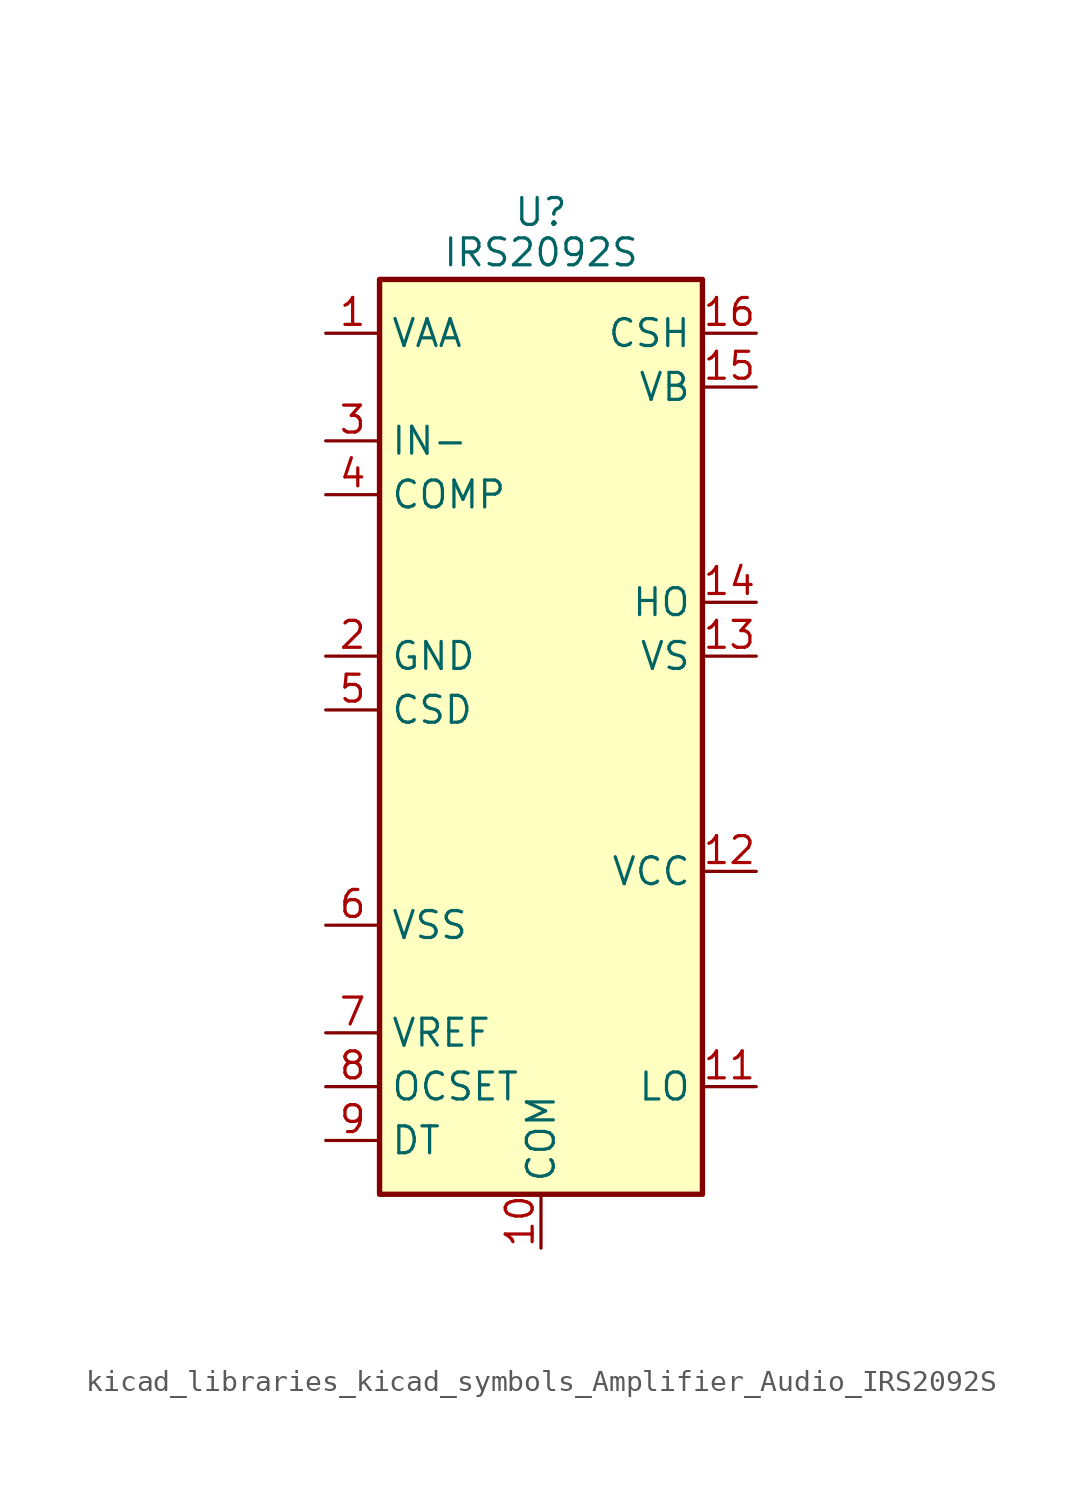
<source format=kicad_sym>
(kicad_symbol_lib
  (version 20220914)
  (generator kicad_symbol_editor)
  (symbol "kicad_libraries_kicad_symbols_Amplifier_Audio_IRS2092S"
    (property "Reference" "U"
      (at 0 26.035 0)
      (effects (font (size 1.27 1.27))))
    (property "Value" "IRS2092S"
      (at 0 24.13 0)
      (effects (font (size 1.27 1.27))))
    (symbol "kicad_libraries_kicad_symbols_Amplifier_Audio_IRS2092S_0_1"
      (rectangle (start -7.62 -20.32) (end 7.62 22.86) (stroke (width 0.254) (type default)) (fill (type background))))
    (symbol "kicad_libraries_kicad_symbols_Amplifier_Audio_IRS2092S_1_1"
      (pin power_in line (at -10.16 20.32 0) (length 2.54) (name "VAA" (effects (font (size 1.27 1.27)))) (number "1" (effects (font (size 1.27 1.27)))))
      (pin power_in line (at 0 -22.86 90) (length 2.54) (name "COM" (effects (font (size 1.27 1.27)))) (number "10" (effects (font (size 1.27 1.27)))))
      (pin output line (at 10.16 -15.24 180) (length 2.54) (name "LO" (effects (font (size 1.27 1.27)))) (number "11" (effects (font (size 1.27 1.27)))))
      (pin power_in line (at 10.16 -5.08 180) (length 2.54) (name "VCC" (effects (font (size 1.27 1.27)))) (number "12" (effects (font (size 1.27 1.27)))))
      (pin passive line (at 10.16 5.08 180) (length 2.54) (name "VS" (effects (font (size 1.27 1.27)))) (number "13" (effects (font (size 1.27 1.27)))))
      (pin output line (at 10.16 7.62 180) (length 2.54) (name "HO" (effects (font (size 1.27 1.27)))) (number "14" (effects (font (size 1.27 1.27)))))
      (pin power_in line (at 10.16 17.78 180) (length 2.54) (name "VB" (effects (font (size 1.27 1.27)))) (number "15" (effects (font (size 1.27 1.27)))))
      (pin passive line (at 10.16 20.32 180) (length 2.54) (name "CSH" (effects (font (size 1.27 1.27)))) (number "16" (effects (font (size 1.27 1.27)))))
      (pin power_in line (at -10.16 5.08 0) (length 2.54) (name "GND" (effects (font (size 1.27 1.27)))) (number "2" (effects (font (size 1.27 1.27)))))
      (pin input line (at -10.16 15.24 0) (length 2.54) (name "IN-" (effects (font (size 1.27 1.27)))) (number "3" (effects (font (size 1.27 1.27)))))
      (pin output line (at -10.16 12.7 0) (length 2.54) (name "COMP" (effects (font (size 1.27 1.27)))) (number "4" (effects (font (size 1.27 1.27)))))
      (pin passive line (at -10.16 2.54 0) (length 2.54) (name "CSD" (effects (font (size 1.27 1.27)))) (number "5" (effects (font (size 1.27 1.27)))))
      (pin power_in line (at -10.16 -7.62 0) (length 2.54) (name "VSS" (effects (font (size 1.27 1.27)))) (number "6" (effects (font (size 1.27 1.27)))))
      (pin power_out line (at -10.16 -12.7 0) (length 2.54) (name "VREF" (effects (font (size 1.27 1.27)))) (number "7" (effects (font (size 1.27 1.27)))))
      (pin passive line (at -10.16 -15.24 0) (length 2.54) (name "OCSET" (effects (font (size 1.27 1.27)))) (number "8" (effects (font (size 1.27 1.27)))))
      (pin passive line (at -10.16 -17.78 0) (length 2.54) (name "DT" (effects (font (size 1.27 1.27)))) (number "9" (effects (font (size 1.27 1.27))))))))
</source>
